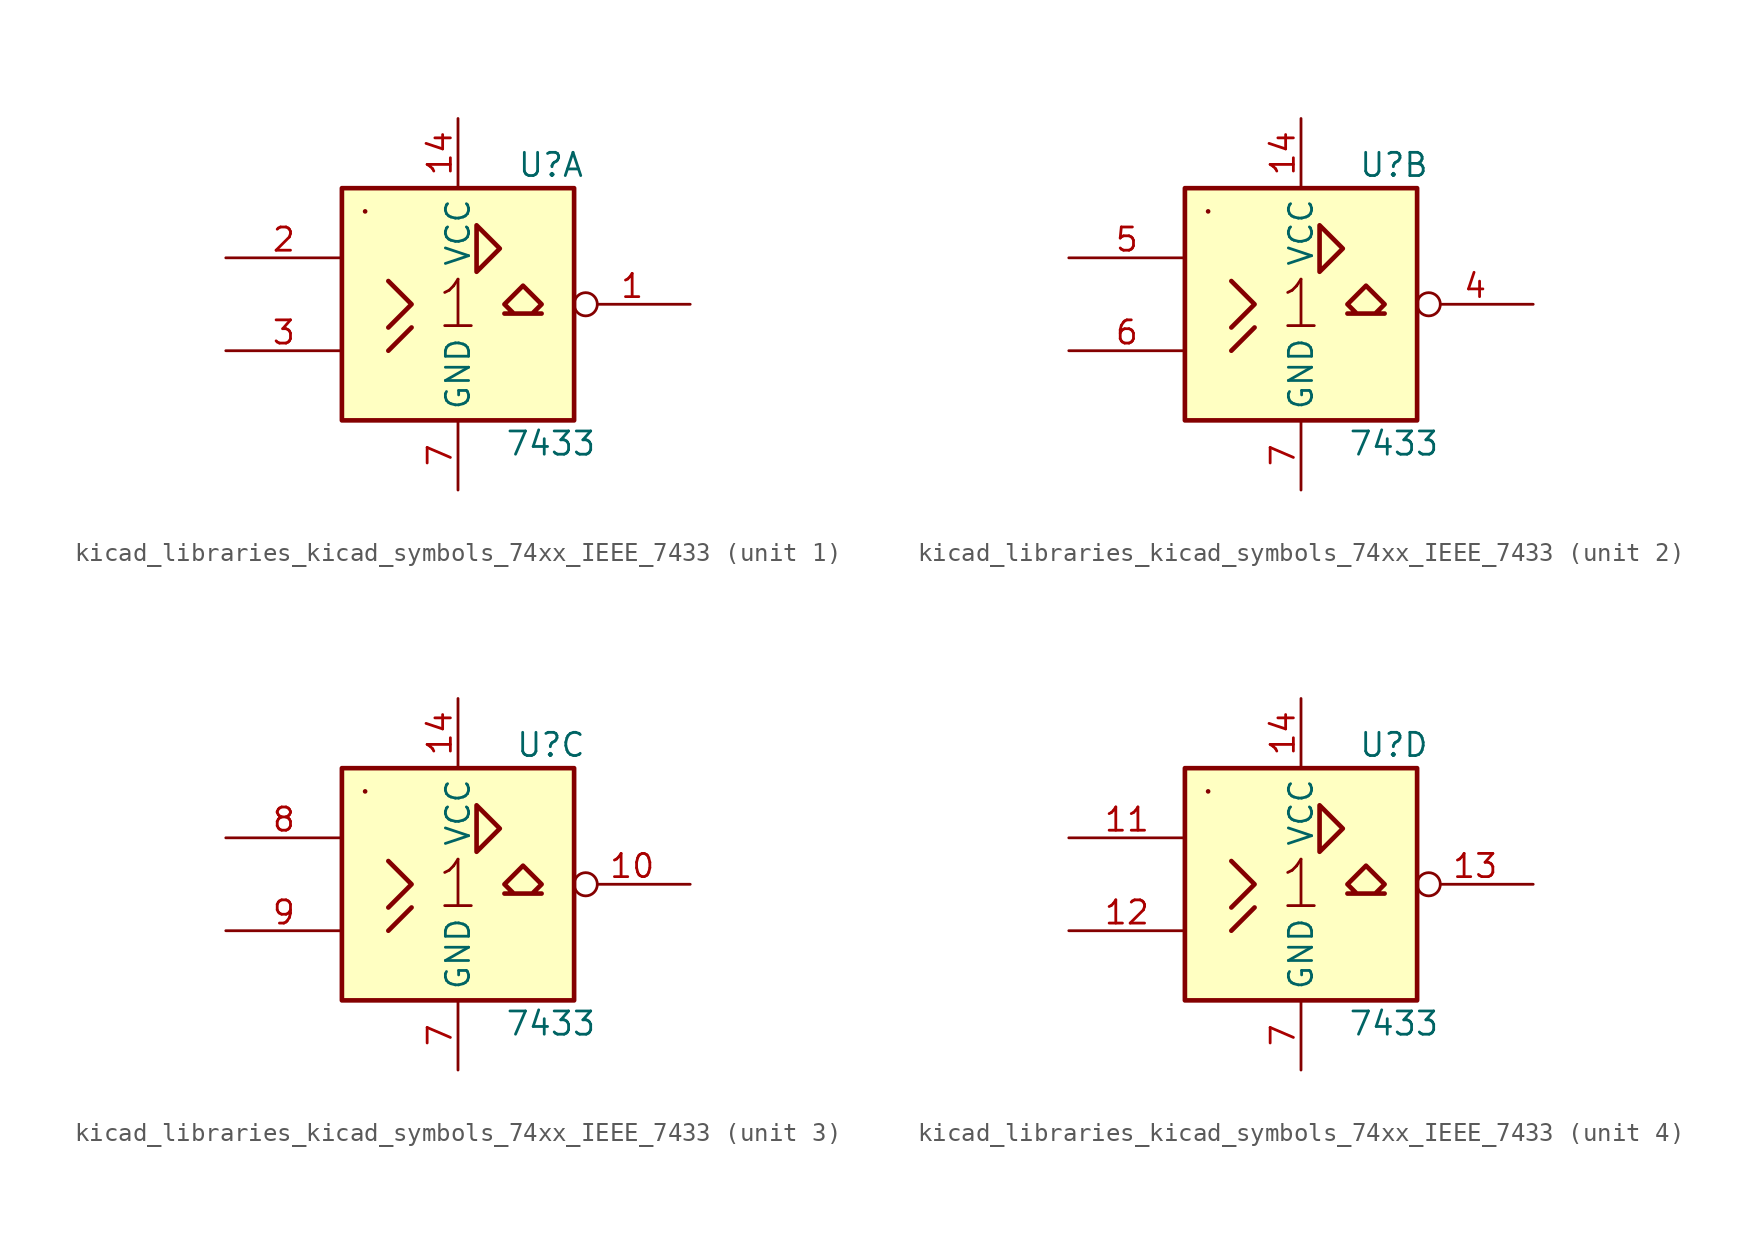
<source format=kicad_sym>
(kicad_symbol_lib
  (version 20220914)
  (generator kicad_symbol_editor)
  (symbol "kicad_libraries_kicad_symbols_74xx_IEEE_7433"
    (property "Reference" "U"
      (at 5.08 7.62 0)
      (effects (font (size 1.27 1.27))))
    (property "Value" "7433"
      (at 5.08 -7.62 0)
      (effects (font (size 1.27 1.27))))
    (symbol "kicad_libraries_kicad_symbols_74xx_IEEE_7433_0_0"
      (rectangle (start -5.08 5.08) (end -5.08 5.08) (stroke (width 0.254) (type default)) (fill (type background)))
      (polyline (pts (xy -3.81 -2.54) (xy -2.54 -1.27) (xy -2.54 -1.27)) (stroke (width 0.254) (type default)) (fill (type background)))
      (polyline (pts (xy -3.81 1.27) (xy -2.54 0) (xy -3.81 -1.27) (xy -3.81 -1.27)) (stroke (width 0.254) (type default)) (fill (type background)))
      (polyline (pts (xy 1.016 4.318) (xy 1.016 1.778) (xy 2.286 3.048) (xy 1.016 4.318) (xy 1.016 4.318)) (stroke (width 0.254) (type default)) (fill (type background)))
      (text "1" (at 0 0 0) (effects (font (size 2.54 2.54))))
      (pin power_in line (at 0 10.16 270) (length 3.81) (name "VCC" (effects (font (size 1.27 1.27)))) (number "14" (effects (font (size 1.27 1.27)))))
      (pin power_in line (at 0 -10.16 90) (length 3.81) (name "GND" (effects (font (size 1.27 1.27)))) (number "7" (effects (font (size 1.27 1.27))))))
    (symbol "kicad_libraries_kicad_symbols_74xx_IEEE_7433_0_1"
      (rectangle (start -6.35 6.35) (end 6.35 -6.35) (stroke (width 0.254) (type default)) (fill (type background)))
      (polyline (pts (xy 3.556 1.016) (xy 4.572 0) (xy 4.064 -0.508) (xy 4.572 -0.508) (xy 2.54 -0.508) (xy 3.556 -0.508) (xy 3.556 -0.508) (xy 3.048 -0.508) (xy 2.54 0) (xy 3.556 1.016) (xy 3.556 1.016)) (stroke (width 0.254) (type default)) (fill (type background))))
    (symbol "kicad_libraries_kicad_symbols_74xx_IEEE_7433_1_1"
      (pin open_collector inverted (at 12.7 0 180) (length 6.35) (name "~" (effects (font (size 1.27 1.27)))) (number "1" (effects (font (size 1.27 1.27)))))
      (pin input line (at -12.7 2.54 0) (length 6.35) (name "~" (effects (font (size 1.27 1.27)))) (number "2" (effects (font (size 1.27 1.27)))))
      (pin input line (at -12.7 -2.54 0) (length 6.35) (name "~" (effects (font (size 1.27 1.27)))) (number "3" (effects (font (size 1.27 1.27))))))
    (symbol "kicad_libraries_kicad_symbols_74xx_IEEE_7433_2_1"
      (pin open_collector inverted (at 12.7 0 180) (length 6.35) (name "~" (effects (font (size 1.27 1.27)))) (number "4" (effects (font (size 1.27 1.27)))))
      (pin input line (at -12.7 2.54 0) (length 6.35) (name "~" (effects (font (size 1.27 1.27)))) (number "5" (effects (font (size 1.27 1.27)))))
      (pin input line (at -12.7 -2.54 0) (length 6.35) (name "~" (effects (font (size 1.27 1.27)))) (number "6" (effects (font (size 1.27 1.27))))))
    (symbol "kicad_libraries_kicad_symbols_74xx_IEEE_7433_3_1"
      (pin open_collector inverted (at 12.7 0 180) (length 6.35) (name "~" (effects (font (size 1.27 1.27)))) (number "10" (effects (font (size 1.27 1.27)))))
      (pin input line (at -12.7 2.54 0) (length 6.35) (name "~" (effects (font (size 1.27 1.27)))) (number "8" (effects (font (size 1.27 1.27)))))
      (pin input line (at -12.7 -2.54 0) (length 6.35) (name "~" (effects (font (size 1.27 1.27)))) (number "9" (effects (font (size 1.27 1.27))))))
    (symbol "kicad_libraries_kicad_symbols_74xx_IEEE_7433_4_1"
      (pin input line (at -12.7 2.54 0) (length 6.35) (name "~" (effects (font (size 1.27 1.27)))) (number "11" (effects (font (size 1.27 1.27)))))
      (pin input line (at -12.7 -2.54 0) (length 6.35) (name "~" (effects (font (size 1.27 1.27)))) (number "12" (effects (font (size 1.27 1.27)))))
      (pin open_collector inverted (at 12.7 0 180) (length 6.35) (name "~" (effects (font (size 1.27 1.27)))) (number "13" (effects (font (size 1.27 1.27))))))))
</source>
